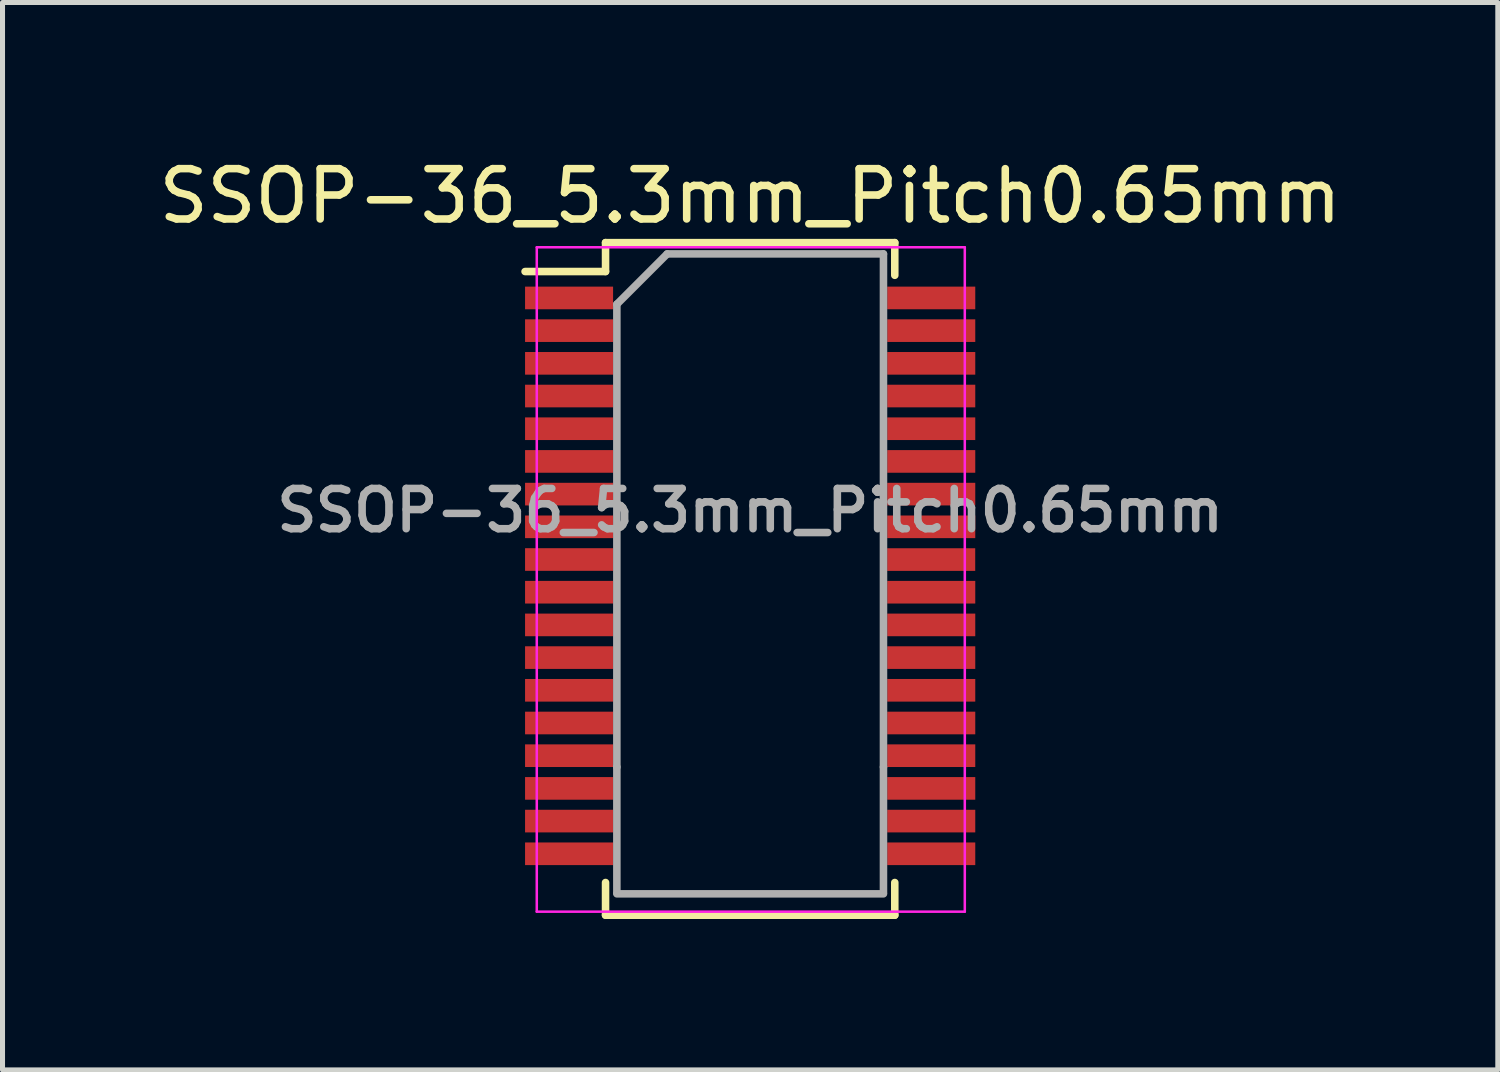
<source format=kicad_pcb>
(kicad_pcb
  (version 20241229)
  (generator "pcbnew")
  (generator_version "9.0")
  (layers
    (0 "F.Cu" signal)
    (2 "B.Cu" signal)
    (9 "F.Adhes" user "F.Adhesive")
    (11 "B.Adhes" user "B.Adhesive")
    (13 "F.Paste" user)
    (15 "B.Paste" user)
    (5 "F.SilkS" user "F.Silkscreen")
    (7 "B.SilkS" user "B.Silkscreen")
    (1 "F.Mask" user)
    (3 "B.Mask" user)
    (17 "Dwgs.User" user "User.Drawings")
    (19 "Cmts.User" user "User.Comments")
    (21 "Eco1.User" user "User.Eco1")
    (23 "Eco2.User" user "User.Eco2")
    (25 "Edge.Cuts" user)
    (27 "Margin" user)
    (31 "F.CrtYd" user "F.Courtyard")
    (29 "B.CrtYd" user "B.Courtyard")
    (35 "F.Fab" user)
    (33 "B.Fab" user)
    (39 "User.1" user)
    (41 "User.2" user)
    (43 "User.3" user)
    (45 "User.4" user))
  (footprint "SSOP-36_5.3mm_Pitch0.65mm"
    (layer "F.Cu")
    (at 8.256 2.882)
    (property "Reference" "SSOP-36_5.3mm_Pitch0.65mm" (at 3.607 -2.034 0) (layer "F.SilkS") (effects (font (size 1 1) (thickness 0.15))))
    (attr smd)
    (fp_line (start 0.732 -1.109) (end 0.732 -0.534) (stroke (width 0.15) (type solid)) (layer "F.SilkS"))
    (fp_line (start 0.732 -1.109) (end 6.482 -1.109) (stroke (width 0.15) (type solid)) (layer "F.SilkS"))
    (fp_line (start 0.732 -0.534) (end -0.868 -0.534) (stroke (width 0.15) (type solid)) (layer "F.SilkS"))
    (fp_line (start 0.732 12.262) (end 0.732 11.612) (stroke (width 0.15) (type solid)) (layer "F.SilkS"))
    (fp_line (start 0.732 12.262) (end 6.482 12.262) (stroke (width 0.15) (type solid)) (layer "F.SilkS"))
    (fp_line (start 6.482 -1.109) (end 6.482 -0.459) (stroke (width 0.15) (type solid)) (layer "F.SilkS"))
    (fp_line (start 6.482 12.262) (end 6.482 11.612) (stroke (width 0.15) (type solid)) (layer "F.SilkS"))
    (fp_line (start -0.635 -1.016) (end -0.635 12.192) (stroke (width 0.05) (type solid)) (layer "F.CrtYd"))
    (fp_line (start -0.635 -1.016) (end 7.874 -1.016) (stroke (width 0.05) (type solid)) (layer "F.CrtYd"))
    (fp_line (start -0.635 12.192) (end 7.874 12.192) (stroke (width 0.05) (type solid)) (layer "F.CrtYd"))
    (fp_line (start 7.874 -1.016) (end 7.874 12.192) (stroke (width 0.05) (type solid)) (layer "F.CrtYd"))
    (fp_line (start 0.957 0.116) (end 1.957 -0.884) (stroke (width 0.15) (type solid)) (layer "F.Fab"))
    (fp_line (start 0.957 9.316) (end 0.957 0.116) (stroke (width 0.15) (type solid)) (layer "F.Fab"))
    (fp_line (start 0.957 9.316) (end 0.957 11.816) (stroke (width 0.15) (type solid)) (layer "F.Fab"))
    (fp_line (start 1.957 -0.884) (end 6.257 -0.884) (stroke (width 0.15) (type solid)) (layer "F.Fab"))
    (fp_line (start 6.257 -0.884) (end 6.257 9.316) (stroke (width 0.15) (type solid)) (layer "F.Fab"))
    (fp_line (start 6.257 9.316) (end 6.257 11.816) (stroke (width 0.15) (type solid)) (layer "F.Fab"))
    (fp_line (start 6.257 11.837) (end 0.957 11.837) (stroke (width 0.15) (type solid)) (layer "F.Fab"))
    (fp_text user "${REFERENCE}" (at 3.607 4.216 0) (layer "F.Fab") (effects (font (size 0.8 0.8) (thickness 0.15))))
    (pad "1" smd rect (at 0.007 -0.009) (size 1.75 0.45) (layers "F.Cu" "F.Mask" "F.Paste"))
    (pad "2" smd rect (at 0.007 0.641) (size 1.75 0.45) (layers "F.Cu" "F.Mask" "F.Paste"))
    (pad "3" smd rect (at 0.007 1.291) (size 1.75 0.45) (layers "F.Cu" "F.Mask" "F.Paste"))
    (pad "4" smd rect (at 0.007 1.941) (size 1.75 0.45) (layers "F.Cu" "F.Mask" "F.Paste"))
    (pad "5" smd rect (at 0.007 2.591) (size 1.75 0.45) (layers "F.Cu" "F.Mask" "F.Paste"))
    (pad "6" smd rect (at 0.007 3.241) (size 1.75 0.45) (layers "F.Cu" "F.Mask" "F.Paste"))
    (pad "7" smd rect (at 0.007 3.891) (size 1.75 0.45) (layers "F.Cu" "F.Mask" "F.Paste"))
    (pad "8" smd rect (at 0.007 4.541) (size 1.75 0.45) (layers "F.Cu" "F.Mask" "F.Paste"))
    (pad "9" smd rect (at 0.007 5.191) (size 1.75 0.45) (layers "F.Cu" "F.Mask" "F.Paste"))
    (pad "10" smd rect (at 0.007 5.841) (size 1.75 0.45) (layers "F.Cu" "F.Mask" "F.Paste"))
    (pad "11" smd rect (at 0.007 6.491) (size 1.75 0.45) (layers "F.Cu" "F.Mask" "F.Paste"))
    (pad "12" smd rect (at 0.007 7.141) (size 1.75 0.45) (layers "F.Cu" "F.Mask" "F.Paste"))
    (pad "13" smd rect (at 0.007 7.791) (size 1.75 0.45) (layers "F.Cu" "F.Mask" "F.Paste"))
    (pad "14" smd rect (at 0.007 8.441) (size 1.75 0.45) (layers "F.Cu" "F.Mask" "F.Paste"))
    (pad "15" smd rect (at 0.007 9.091) (size 1.75 0.45) (layers "F.Cu" "F.Mask" "F.Paste"))
    (pad "16" smd rect (at 0.007 9.741) (size 1.75 0.45) (layers "F.Cu" "F.Mask" "F.Paste"))
    (pad "17" smd rect (at 0.007 10.391) (size 1.75 0.45) (layers "F.Cu" "F.Mask" "F.Paste"))
    (pad "18" smd rect (at 0.007 11.041) (size 1.75 0.45) (layers "F.Cu" "F.Mask" "F.Paste"))
    (pad "19" smd rect (at 7.207 11.041) (size 1.75 0.45) (layers "F.Cu" "F.Mask" "F.Paste"))
    (pad "20" smd rect (at 7.207 10.391) (size 1.75 0.45) (layers "F.Cu" "F.Mask" "F.Paste"))
    (pad "21" smd rect (at 7.207 9.741) (size 1.75 0.45) (layers "F.Cu" "F.Mask" "F.Paste"))
    (pad "22" smd rect (at 7.207 9.091) (size 1.75 0.45) (layers "F.Cu" "F.Mask" "F.Paste"))
    (pad "23" smd rect (at 7.207 8.441) (size 1.75 0.45) (layers "F.Cu" "F.Mask" "F.Paste"))
    (pad "24" smd rect (at 7.207 7.791) (size 1.75 0.45) (layers "F.Cu" "F.Mask" "F.Paste"))
    (pad "25" smd rect (at 7.207 7.141) (size 1.75 0.45) (layers "F.Cu" "F.Mask" "F.Paste"))
    (pad "26" smd rect (at 7.207 6.491) (size 1.75 0.45) (layers "F.Cu" "F.Mask" "F.Paste"))
    (pad "27" smd rect (at 7.207 5.841) (size 1.75 0.45) (layers "F.Cu" "F.Mask" "F.Paste"))
    (pad "28" smd rect (at 7.206 5.192) (size 1.75 0.45) (layers "F.Cu" "F.Mask" "F.Paste"))
    (pad "29" smd rect (at 7.207 4.541) (size 1.75 0.45) (layers "F.Cu" "F.Mask" "F.Paste"))
    (pad "30" smd rect (at 7.207 3.891) (size 1.75 0.45) (layers "F.Cu" "F.Mask" "F.Paste"))
    (pad "31" smd rect (at 7.207 3.241) (size 1.75 0.45) (layers "F.Cu" "F.Mask" "F.Paste"))
    (pad "32" smd rect (at 7.207 2.591) (size 1.75 0.45) (layers "F.Cu" "F.Mask" "F.Paste"))
    (pad "33" smd rect (at 7.207 1.941) (size 1.75 0.45) (layers "F.Cu" "F.Mask" "F.Paste"))
    (pad "34" smd rect (at 7.207 1.291) (size 1.75 0.45) (layers "F.Cu" "F.Mask" "F.Paste"))
    (pad "35" smd rect (at 7.207 0.641) (size 1.75 0.45) (layers "F.Cu" "F.Mask" "F.Paste"))
    (pad "36" smd rect (at 7.207 -0.009) (size 1.75 0.45) (layers "F.Cu" "F.Mask" "F.Paste")))
  (gr_rect
    (start -3 -3)
    (end 26.726 18.219)
    (stroke (width 0.1) (type default))
    (fill no)
    (layer "Edge.Cuts")))
</source>
